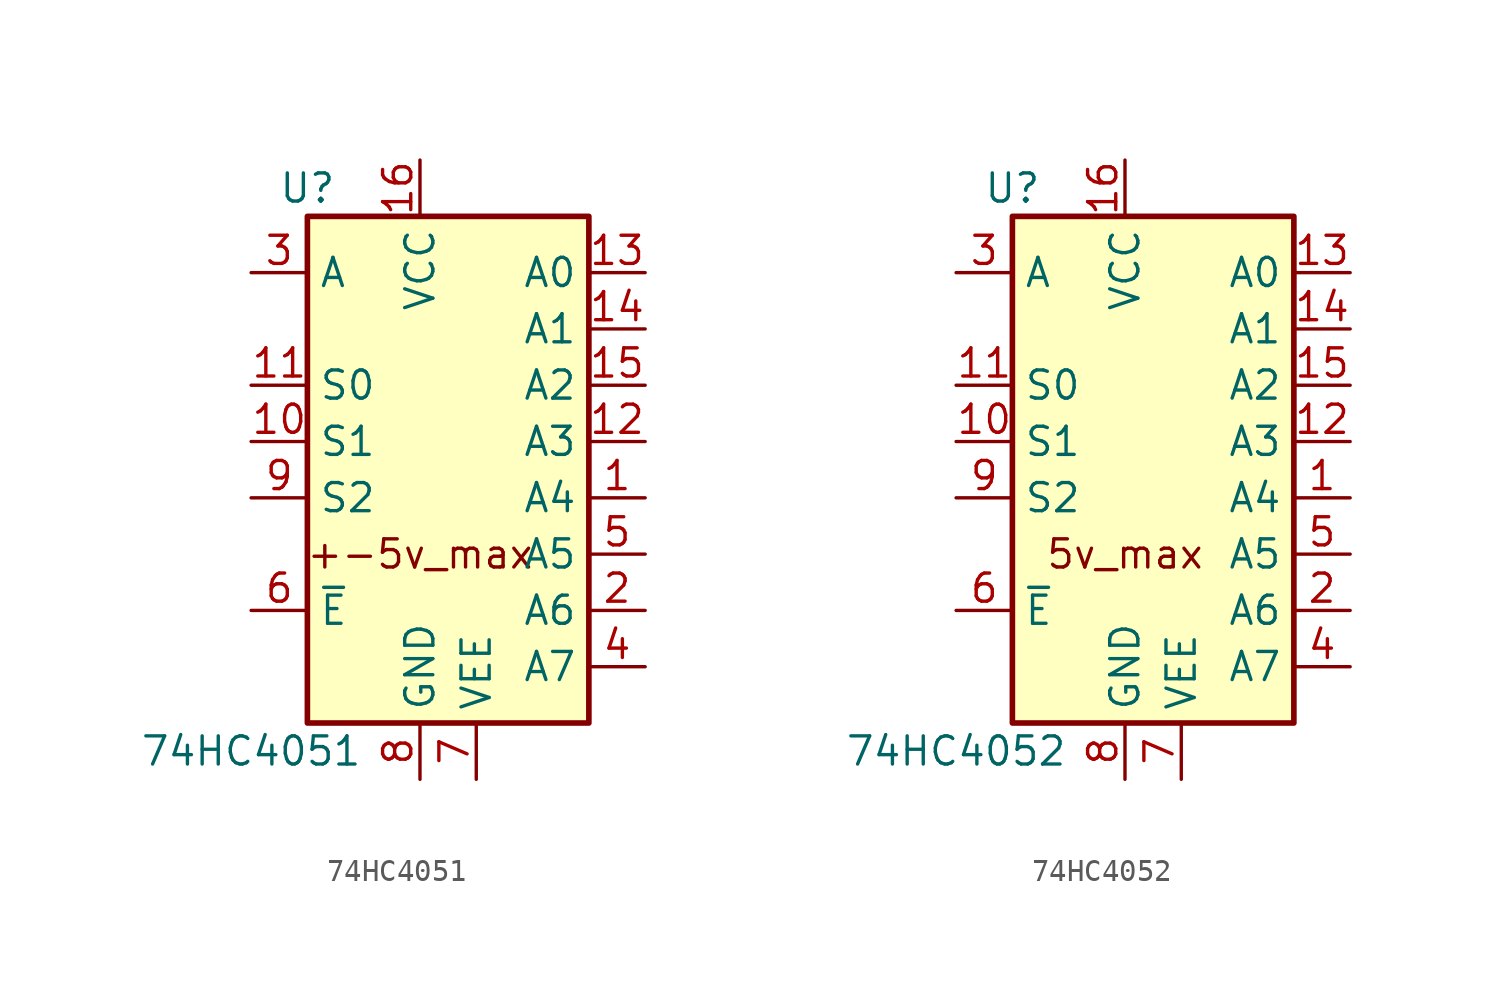
<source format=kicad_sym>
(kicad_symbol_lib
  (version 20220914)
  (generator kicad_symbol_editor)
  (symbol "74HC4051"
    (property "Reference" "U"
      (at -5.08 11.43 0)
      (effects (font (size 1.27 1.27))))
    (property "Value" "74HC4051"
      (at -7.62 -13.97 0)
      (effects (font (size 1.27 1.27))))
    (symbol "74HC4051_0_1"
      (rectangle (start -5.08 10.16) (end 7.62 -12.7) (stroke (width 0.254) (type default)) (fill (type background)))
      (text "+-5v_max" (at 0 -5.08 0) (effects (font (size 1.27 1.27)))))
    (symbol "74HC4051_1_1"
      (pin passive line (at 10.16 -2.54 180) (length 2.54) (name "A4" (effects (font (size 1.27 1.27)))) (number "1" (effects (font (size 1.27 1.27)))))
      (pin input line (at -7.62 0 0) (length 2.54) (name "S1" (effects (font (size 1.27 1.27)))) (number "10" (effects (font (size 1.27 1.27)))))
      (pin input line (at -7.62 2.54 0) (length 2.54) (name "S0" (effects (font (size 1.27 1.27)))) (number "11" (effects (font (size 1.27 1.27)))))
      (pin passive line (at 10.16 0 180) (length 2.54) (name "A3" (effects (font (size 1.27 1.27)))) (number "12" (effects (font (size 1.27 1.27)))))
      (pin passive line (at 10.16 7.62 180) (length 2.54) (name "A0" (effects (font (size 1.27 1.27)))) (number "13" (effects (font (size 1.27 1.27)))))
      (pin passive line (at 10.16 5.08 180) (length 2.54) (name "A1" (effects (font (size 1.27 1.27)))) (number "14" (effects (font (size 1.27 1.27)))))
      (pin passive line (at 10.16 2.54 180) (length 2.54) (name "A2" (effects (font (size 1.27 1.27)))) (number "15" (effects (font (size 1.27 1.27)))))
      (pin power_in line (at 0 12.7 270) (length 2.54) (name "VCC" (effects (font (size 1.27 1.27)))) (number "16" (effects (font (size 1.27 1.27)))))
      (pin passive line (at 10.16 -7.62 180) (length 2.54) (name "A6" (effects (font (size 1.27 1.27)))) (number "2" (effects (font (size 1.27 1.27)))))
      (pin passive line (at -7.62 7.62 0) (length 2.54) (name "A" (effects (font (size 1.27 1.27)))) (number "3" (effects (font (size 1.27 1.27)))))
      (pin passive line (at 10.16 -10.16 180) (length 2.54) (name "A7" (effects (font (size 1.27 1.27)))) (number "4" (effects (font (size 1.27 1.27)))))
      (pin passive line (at 10.16 -5.08 180) (length 2.54) (name "A5" (effects (font (size 1.27 1.27)))) (number "5" (effects (font (size 1.27 1.27)))))
      (pin input line (at -7.62 -7.62 0) (length 2.54) (name "~{E}" (effects (font (size 1.27 1.27)))) (number "6" (effects (font (size 1.27 1.27)))))
      (pin power_in line (at 2.54 -15.24 90) (length 2.54) (name "VEE" (effects (font (size 1.27 1.27)))) (number "7" (effects (font (size 1.27 1.27)))))
      (pin power_in line (at 0 -15.24 90) (length 2.54) (name "GND" (effects (font (size 1.27 1.27)))) (number "8" (effects (font (size 1.27 1.27)))))
      (pin input line (at -7.62 -2.54 0) (length 2.54) (name "S2" (effects (font (size 1.27 1.27)))) (number "9" (effects (font (size 1.27 1.27)))))))
  (symbol "74HC4052"
    (property "Reference" "U"
      (at -5.08 11.43 0)
      (effects (font (size 1.27 1.27))))
    (property "Value" "74HC4052"
      (at -7.62 -13.97 0)
      (effects (font (size 1.27 1.27))))
    (symbol "74HC4052_0_1"
      (rectangle (start -5.08 10.16) (end 7.62 -12.7) (stroke (width 0.254) (type default)) (fill (type background)))
      (text "5v_max" (at 0 -5.08 0) (effects (font (size 1.27 1.27)))))
    (symbol "74HC4052_1_1"
      (pin passive line (at 10.16 -2.54 180) (length 2.54) (name "A4" (effects (font (size 1.27 1.27)))) (number "1" (effects (font (size 1.27 1.27)))))
      (pin input line (at -7.62 0 0) (length 2.54) (name "S1" (effects (font (size 1.27 1.27)))) (number "10" (effects (font (size 1.27 1.27)))))
      (pin input line (at -7.62 2.54 0) (length 2.54) (name "S0" (effects (font (size 1.27 1.27)))) (number "11" (effects (font (size 1.27 1.27)))))
      (pin passive line (at 10.16 0 180) (length 2.54) (name "A3" (effects (font (size 1.27 1.27)))) (number "12" (effects (font (size 1.27 1.27)))))
      (pin passive line (at 10.16 7.62 180) (length 2.54) (name "A0" (effects (font (size 1.27 1.27)))) (number "13" (effects (font (size 1.27 1.27)))))
      (pin passive line (at 10.16 5.08 180) (length 2.54) (name "A1" (effects (font (size 1.27 1.27)))) (number "14" (effects (font (size 1.27 1.27)))))
      (pin passive line (at 10.16 2.54 180) (length 2.54) (name "A2" (effects (font (size 1.27 1.27)))) (number "15" (effects (font (size 1.27 1.27)))))
      (pin power_in line (at 0 12.7 270) (length 2.54) (name "VCC" (effects (font (size 1.27 1.27)))) (number "16" (effects (font (size 1.27 1.27)))))
      (pin passive line (at 10.16 -7.62 180) (length 2.54) (name "A6" (effects (font (size 1.27 1.27)))) (number "2" (effects (font (size 1.27 1.27)))))
      (pin passive line (at -7.62 7.62 0) (length 2.54) (name "A" (effects (font (size 1.27 1.27)))) (number "3" (effects (font (size 1.27 1.27)))))
      (pin passive line (at 10.16 -10.16 180) (length 2.54) (name "A7" (effects (font (size 1.27 1.27)))) (number "4" (effects (font (size 1.27 1.27)))))
      (pin passive line (at 10.16 -5.08 180) (length 2.54) (name "A5" (effects (font (size 1.27 1.27)))) (number "5" (effects (font (size 1.27 1.27)))))
      (pin input line (at -7.62 -7.62 0) (length 2.54) (name "~{E}" (effects (font (size 1.27 1.27)))) (number "6" (effects (font (size 1.27 1.27)))))
      (pin power_in line (at 2.54 -15.24 90) (length 2.54) (name "VEE" (effects (font (size 1.27 1.27)))) (number "7" (effects (font (size 1.27 1.27)))))
      (pin power_in line (at 0 -15.24 90) (length 2.54) (name "GND" (effects (font (size 1.27 1.27)))) (number "8" (effects (font (size 1.27 1.27)))))
      (pin input line (at -7.62 -2.54 0) (length 2.54) (name "S2" (effects (font (size 1.27 1.27)))) (number "9" (effects (font (size 1.27 1.27))))))))
</source>
